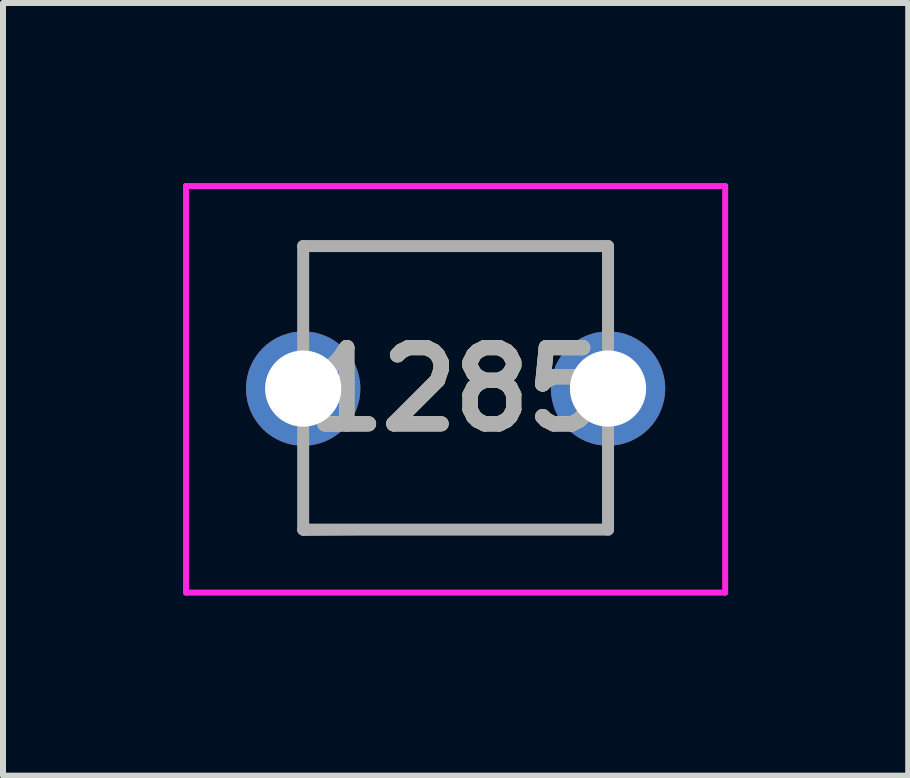
<source format=kicad_pcb>
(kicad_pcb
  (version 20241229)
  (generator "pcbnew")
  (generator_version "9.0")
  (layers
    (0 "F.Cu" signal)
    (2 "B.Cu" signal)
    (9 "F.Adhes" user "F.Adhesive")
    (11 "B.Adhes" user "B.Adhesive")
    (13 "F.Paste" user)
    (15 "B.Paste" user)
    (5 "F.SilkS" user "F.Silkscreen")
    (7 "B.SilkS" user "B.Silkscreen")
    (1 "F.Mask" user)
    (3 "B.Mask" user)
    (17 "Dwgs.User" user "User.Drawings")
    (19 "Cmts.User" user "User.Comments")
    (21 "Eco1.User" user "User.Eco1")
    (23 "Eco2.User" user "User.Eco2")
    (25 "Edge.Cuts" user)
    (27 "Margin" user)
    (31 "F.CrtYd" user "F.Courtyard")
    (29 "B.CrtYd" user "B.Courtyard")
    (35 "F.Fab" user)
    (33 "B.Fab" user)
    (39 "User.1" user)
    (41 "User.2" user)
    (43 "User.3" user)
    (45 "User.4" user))
  (footprint "1285"
    (layer "F.Cu")
    (at 4.542 3.425)
    (property "Reference" "1285" (at 0 0.013 0) (layer "F.SilkS") (effects (font (size 1.27 1.27) (thickness 0.254))))
    (attr through_hole)
    (fp_line (start -2.54 -2.375) (end -2.54 -2.375) (stroke (width 0.1) (type solid)) (layer "F.SilkS"))
    (fp_line (start -2.54 -2.375) (end -2.54 -2.375) (stroke (width 0.1) (type solid)) (layer "F.SilkS"))
    (fp_line (start -2.54 -2.375) (end 2.54 -2.375) (stroke (width 0.1) (type solid)) (layer "F.SilkS"))
    (fp_line (start -2.54 -1.6) (end -2.54 -2.375) (stroke (width 0.1) (type solid)) (layer "F.SilkS"))
    (fp_line (start -2.54 1.2) (end -2.54 2.4) (stroke (width 0.1) (type solid)) (layer "F.SilkS"))
    (fp_line (start -2.54 2.4) (end 2.54 2.35) (stroke (width 0.1) (type solid)) (layer "F.SilkS"))
    (fp_line (start 2.54 -2.375) (end 2.54 -1.6) (stroke (width 0.1) (type solid)) (layer "F.SilkS"))
    (fp_line (start 2.54 -1.6) (end 2.54 -1.6) (stroke (width 0.1) (type solid)) (layer "F.SilkS"))
    (fp_line (start 2.54 2.35) (end 2.54 1.2) (stroke (width 0.1) (type solid)) (layer "F.SilkS"))
    (fp_line (start -4.492 -3.375) (end 4.492 -3.375) (stroke (width 0.1) (type solid)) (layer "F.CrtYd"))
    (fp_line (start -4.492 3.4) (end -4.492 -3.375) (stroke (width 0.1) (type solid)) (layer "F.CrtYd"))
    (fp_line (start 4.492 -3.375) (end 4.492 3.4) (stroke (width 0.1) (type solid)) (layer "F.CrtYd"))
    (fp_line (start 4.492 3.4) (end -4.492 3.4) (stroke (width 0.1) (type solid)) (layer "F.CrtYd"))
    (fp_line (start -2.54 -2.375) (end 2.54 -2.375) (stroke (width 0.2) (type solid)) (layer "F.Fab"))
    (fp_line (start -2.54 2.35) (end -2.54 -2.375) (stroke (width 0.2) (type solid)) (layer "F.Fab"))
    (fp_line (start 2.54 -2.375) (end 2.54 2.35) (stroke (width 0.2) (type solid)) (layer "F.Fab"))
    (fp_line (start 2.54 2.35) (end -2.54 2.35) (stroke (width 0.2) (type solid)) (layer "F.Fab"))
    (fp_text user "${REFERENCE}" (at 0 0.013 0) (layer "F.Fab") (effects (font (size 1.27 1.27) (thickness 0.254))))
    (pad "1" thru_hole circle (at -2.54 0) (size 1.905 1.905) (drill 1.27) (layers "*.Cu" "*.Mask"))
    (pad "2" thru_hole circle (at 2.54 0) (size 1.905 1.905) (drill 1.27) (layers "*.Cu" "*.Mask")))
  (gr_rect
    (start -3 -3)
    (end 12.084 9.875)
    (stroke (width 0.1) (type default))
    (fill no)
    (layer "Edge.Cuts")))
</source>
